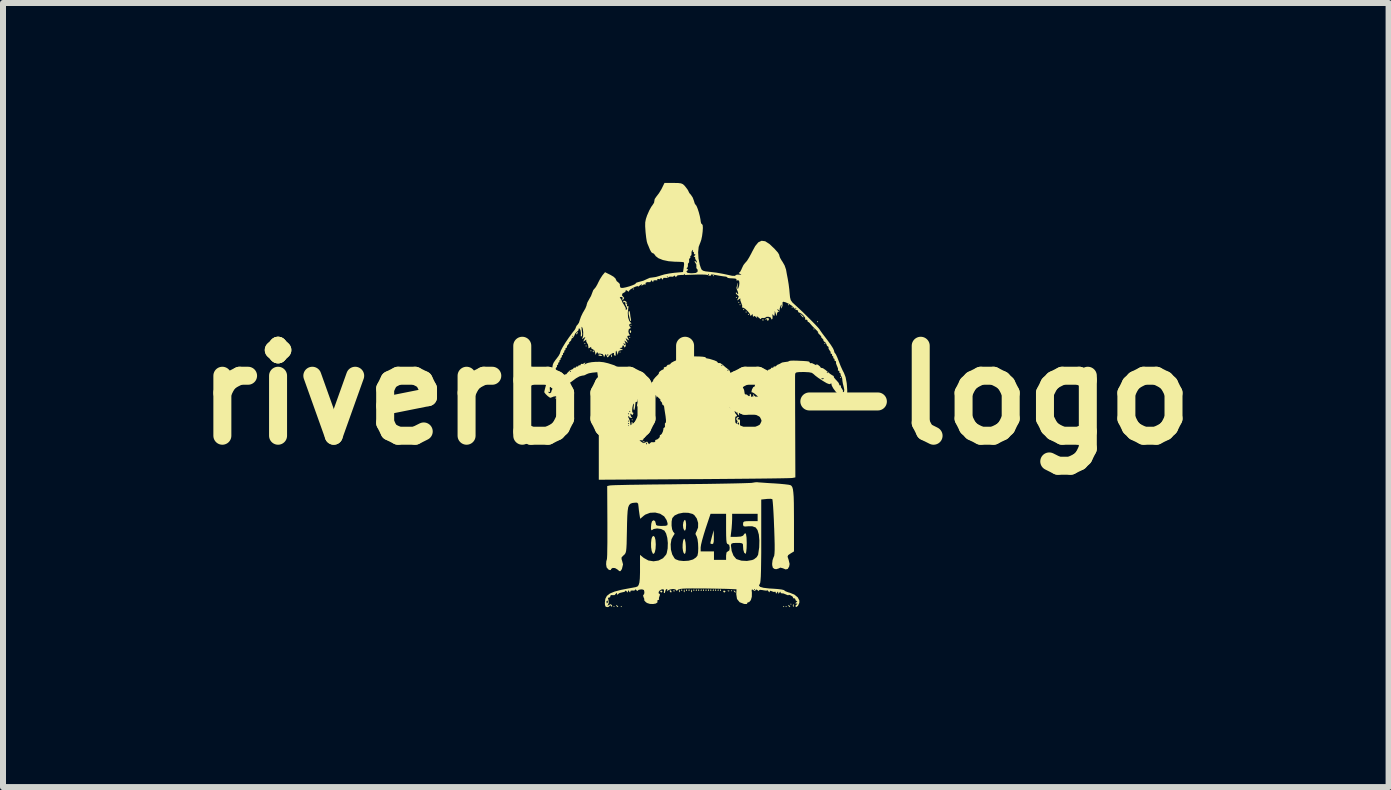
<source format=kicad_pcb>
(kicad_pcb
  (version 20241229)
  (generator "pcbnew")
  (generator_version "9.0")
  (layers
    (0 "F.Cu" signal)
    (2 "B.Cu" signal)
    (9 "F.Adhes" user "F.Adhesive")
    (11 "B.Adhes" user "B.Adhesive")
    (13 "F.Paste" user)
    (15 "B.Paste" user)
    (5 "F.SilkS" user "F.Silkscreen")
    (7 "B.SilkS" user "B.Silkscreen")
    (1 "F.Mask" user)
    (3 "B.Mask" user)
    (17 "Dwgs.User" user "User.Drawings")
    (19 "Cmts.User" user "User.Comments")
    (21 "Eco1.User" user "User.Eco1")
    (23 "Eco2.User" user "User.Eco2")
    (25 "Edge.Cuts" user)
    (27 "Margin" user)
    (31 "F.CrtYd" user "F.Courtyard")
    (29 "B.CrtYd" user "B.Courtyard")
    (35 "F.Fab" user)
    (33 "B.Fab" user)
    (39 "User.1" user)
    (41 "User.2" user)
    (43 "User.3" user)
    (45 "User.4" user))
  (footprint "riverbots-logo"
    (layer "F.Cu")
    (at 8.55 3.536)
    (property "Reference" "riverbots-logo" (at 0 0 0) (layer "F.SilkS") (effects (font (size 1.5 1.5) (thickness 0.3))))
    (attr board_only exclude_from_pos_files exclude_from_bom)
    (fp_poly (pts (xy 0.772 0.075) (xy 0.77 0.078) (xy 0.771 0.071)) (stroke (width 0) (type solid)) (fill yes) (layer "F.SilkS"))
    (fp_poly (pts (xy -2.445 -0.394) (xy -2.455 -0.384) (xy -2.465 -0.394) (xy -2.455 -0.404)) (stroke (width 0) (type solid)) (fill yes) (layer "F.SilkS"))
    (fp_poly (pts (xy -2.324 0.051) (xy -2.334 0.061) (xy -2.344 0.051) (xy -2.334 0.04)) (stroke (width 0) (type solid)) (fill yes) (layer "F.SilkS"))
    (fp_poly (pts (xy -1.839 -0.859) (xy -1.849 -0.849) (xy -1.859 -0.859) (xy -1.849 -0.869)) (stroke (width 0) (type solid)) (fill yes) (layer "F.SilkS"))
    (fp_poly (pts (xy -1.819 -0.818) (xy -1.829 -0.808) (xy -1.839 -0.818) (xy -1.829 -0.828)) (stroke (width 0) (type solid)) (fill yes) (layer "F.SilkS"))
    (fp_poly (pts (xy -1.738 -0.738) (xy -1.748 -0.727) (xy -1.758 -0.738) (xy -1.748 -0.748)) (stroke (width 0) (type solid)) (fill yes) (layer "F.SilkS"))
    (fp_poly (pts (xy -1.354 3.526) (xy -1.364 3.536) (xy -1.374 3.526) (xy -1.364 3.516)) (stroke (width 0) (type solid)) (fill yes) (layer "F.SilkS"))
    (fp_poly (pts (xy -1.253 -0.717) (xy -1.263 -0.707) (xy -1.273 -0.717) (xy -1.263 -0.727)) (stroke (width 0) (type solid)) (fill yes) (layer "F.SilkS"))
    (fp_poly (pts (xy -1.233 3.526) (xy -1.243 3.536) (xy -1.253 3.526) (xy -1.243 3.516)) (stroke (width 0) (type solid)) (fill yes) (layer "F.SilkS"))
    (fp_poly (pts (xy -1.091 -0.96) (xy -1.101 -0.95) (xy -1.111 -0.96) (xy -1.101 -0.97)) (stroke (width 0) (type solid)) (fill yes) (layer "F.SilkS"))
    (fp_poly (pts (xy -1.071 -1.162) (xy -1.081 -1.152) (xy -1.091 -1.162) (xy -1.081 -1.172)) (stroke (width 0) (type solid)) (fill yes) (layer "F.SilkS"))
    (fp_poly (pts (xy -1.051 0.414) (xy -1.061 0.424) (xy -1.071 0.414) (xy -1.061 0.404)) (stroke (width 0) (type solid)) (fill yes) (layer "F.SilkS"))
    (fp_poly (pts (xy -1.031 -1.768) (xy -1.041 -1.758) (xy -1.051 -1.768) (xy -1.041 -1.778)) (stroke (width 0) (type solid)) (fill yes) (layer "F.SilkS"))
    (fp_poly (pts (xy -0.95 0.657) (xy -0.96 0.667) (xy -0.97 0.657) (xy -0.96 0.647)) (stroke (width 0) (type solid)) (fill yes) (layer "F.SilkS"))
    (fp_poly (pts (xy -0.727 0.091) (xy -0.738 0.101) (xy -0.748 0.091) (xy -0.738 0.081)) (stroke (width 0) (type solid)) (fill yes) (layer "F.SilkS"))
    (fp_poly (pts (xy -0.647 0.03) (xy -0.657 0.04) (xy -0.667 0.03) (xy -0.657 0.02)) (stroke (width 0) (type solid)) (fill yes) (layer "F.SilkS"))
    (fp_poly (pts (xy -0.162 -0.637) (xy -0.172 -0.626) (xy -0.182 -0.637) (xy -0.172 -0.647)) (stroke (width 0) (type solid)) (fill yes) (layer "F.SilkS"))
    (fp_poly (pts (xy 0.303 -1.99) (xy 0.293 -1.98) (xy 0.283 -1.99) (xy 0.293 -2)) (stroke (width 0) (type solid)) (fill yes) (layer "F.SilkS"))
    (fp_poly (pts (xy 0.606 3.263) (xy 0.596 3.274) (xy 0.586 3.263) (xy 0.596 3.253)) (stroke (width 0) (type solid)) (fill yes) (layer "F.SilkS"))
    (fp_poly (pts (xy 0.687 -1.627) (xy 0.677 -1.617) (xy 0.667 -1.627) (xy 0.677 -1.637)) (stroke (width 0) (type solid)) (fill yes) (layer "F.SilkS"))
    (fp_poly (pts (xy 0.727 -1.546) (xy 0.717 -1.536) (xy 0.707 -1.546) (xy 0.717 -1.556)) (stroke (width 0) (type solid)) (fill yes) (layer "F.SilkS"))
    (fp_poly (pts (xy 0.748 -1.505) (xy 0.738 -1.495) (xy 0.727 -1.505) (xy 0.738 -1.516)) (stroke (width 0) (type solid)) (fill yes) (layer "F.SilkS"))
    (fp_poly (pts (xy 0.808 -1.425) (xy 0.798 -1.414) (xy 0.788 -1.425) (xy 0.798 -1.435)) (stroke (width 0) (type solid)) (fill yes) (layer "F.SilkS"))
    (fp_poly (pts (xy 0.808 0.172) (xy 0.798 0.182) (xy 0.788 0.172) (xy 0.798 0.162)) (stroke (width 0) (type solid)) (fill yes) (layer "F.SilkS"))
    (fp_poly (pts (xy 0.808 0.616) (xy 0.798 0.626) (xy 0.788 0.616) (xy 0.798 0.606)) (stroke (width 0) (type solid)) (fill yes) (layer "F.SilkS"))
    (fp_poly (pts (xy 0.828 0.657) (xy 0.818 0.667) (xy 0.808 0.657) (xy 0.818 0.647)) (stroke (width 0) (type solid)) (fill yes) (layer "F.SilkS"))
    (fp_poly (pts (xy 0.849 -1.384) (xy 0.839 -1.374) (xy 0.828 -1.384) (xy 0.839 -1.394)) (stroke (width 0) (type solid)) (fill yes) (layer "F.SilkS"))
    (fp_poly (pts (xy 0.889 -1.344) (xy 0.879 -1.334) (xy 0.869 -1.344) (xy 0.879 -1.354)) (stroke (width 0) (type solid)) (fill yes) (layer "F.SilkS"))
    (fp_poly (pts (xy 0.97 0.131) (xy 0.96 0.141) (xy 0.95 0.131) (xy 0.96 0.121)) (stroke (width 0) (type solid)) (fill yes) (layer "F.SilkS"))
    (fp_poly (pts (xy 1.172 0.313) (xy 1.162 0.323) (xy 1.152 0.313) (xy 1.162 0.303)) (stroke (width 0) (type solid)) (fill yes) (layer "F.SilkS"))
    (fp_poly (pts (xy 1.475 3.526) (xy 1.465 3.536) (xy 1.455 3.526) (xy 1.465 3.516)) (stroke (width 0) (type solid)) (fill yes) (layer "F.SilkS"))
    (fp_poly (pts (xy 1.516 3.526) (xy 1.505 3.536) (xy 1.495 3.526) (xy 1.505 3.516)) (stroke (width 0) (type solid)) (fill yes) (layer "F.SilkS"))
    (fp_poly (pts (xy 1.556 -1.505) (xy 1.546 -1.495) (xy 1.536 -1.505) (xy 1.546 -1.516)) (stroke (width 0) (type solid)) (fill yes) (layer "F.SilkS"))
    (fp_poly (pts (xy 1.596 3.486) (xy 1.586 3.496) (xy 1.576 3.486) (xy 1.586 3.476)) (stroke (width 0) (type solid)) (fill yes) (layer "F.SilkS"))
    (fp_poly (pts (xy 1.617 -1.465) (xy 1.606 -1.455) (xy 1.596 -1.465) (xy 1.606 -1.475)) (stroke (width 0) (type solid)) (fill yes) (layer "F.SilkS"))
    (fp_poly (pts (xy 1.98 -1.101) (xy 1.97 -1.091) (xy 1.96 -1.101) (xy 1.97 -1.111)) (stroke (width 0) (type solid)) (fill yes) (layer "F.SilkS"))
    (fp_poly (pts (xy 2.041 -1.223) (xy 2.031 -1.212) (xy 2.021 -1.223) (xy 2.031 -1.233)) (stroke (width 0) (type solid)) (fill yes) (layer "F.SilkS"))
    (fp_poly (pts (xy 2.162 -0.859) (xy 2.152 -0.849) (xy 2.142 -0.859) (xy 2.152 -0.869)) (stroke (width 0) (type solid)) (fill yes) (layer "F.SilkS"))
    (fp_poly (pts (xy 2.425 -0.293) (xy 2.415 -0.283) (xy 2.405 -0.293) (xy 2.415 -0.303)) (stroke (width 0) (type solid)) (fill yes) (layer "F.SilkS"))
    (fp_poly (pts (xy -1.704 -0.741) (xy -1.702 -0.717) (xy -1.704 -0.714) (xy -1.716 -0.717) (xy -1.718 -0.727) (xy -1.71 -0.744)) (stroke (width 0) (type solid)) (fill yes) (layer "F.SilkS"))
    (fp_poly (pts (xy -1.401 -0.671) (xy -1.398 -0.639) (xy -1.402 -0.632) (xy -1.411 -0.638) (xy -1.413 -0.658) (xy -1.408 -0.68)) (stroke (width 0) (type solid)) (fill yes) (layer "F.SilkS"))
    (fp_poly (pts (xy -0.855 0.775) (xy -0.858 0.787) (xy -0.869 0.788) (xy -0.886 0.781) (xy -0.882 0.775) (xy -0.858 0.772)) (stroke (width 0) (type solid)) (fill yes) (layer "F.SilkS"))
    (fp_poly (pts (xy -0.35 3.26) (xy -0.353 3.272) (xy -0.364 3.274) (xy -0.38 3.266) (xy -0.377 3.26) (xy -0.353 3.258)) (stroke (width 0) (type solid)) (fill yes) (layer "F.SilkS"))
    (fp_poly (pts (xy -0.269 3.25) (xy -0.267 3.281) (xy -0.271 3.288) (xy -0.28 3.282) (xy -0.281 3.262) (xy -0.276 3.24)) (stroke (width 0) (type solid)) (fill yes) (layer "F.SilkS"))
    (fp_poly (pts (xy -0.229 3.24) (xy -0.227 3.264) (xy -0.229 3.267) (xy -0.241 3.264) (xy -0.242 3.253) (xy -0.235 3.237)) (stroke (width 0) (type solid)) (fill yes) (layer "F.SilkS"))
    (fp_poly (pts (xy -0.188 3.25) (xy -0.186 3.281) (xy -0.19 3.288) (xy -0.199 3.282) (xy -0.2 3.262) (xy -0.196 3.24)) (stroke (width 0) (type solid)) (fill yes) (layer "F.SilkS"))
    (fp_poly (pts (xy -0.148 3.24) (xy -0.146 3.264) (xy -0.148 3.267) (xy -0.16 3.264) (xy -0.162 3.253) (xy -0.154 3.237)) (stroke (width 0) (type solid)) (fill yes) (layer "F.SilkS"))
    (fp_poly (pts (xy -0.108 3.24) (xy -0.105 3.264) (xy -0.108 3.267) (xy -0.12 3.264) (xy -0.121 3.253) (xy -0.114 3.237)) (stroke (width 0) (type solid)) (fill yes) (layer "F.SilkS"))
    (fp_poly (pts (xy -0.067 3.25) (xy -0.065 3.281) (xy -0.069 3.288) (xy -0.078 3.282) (xy -0.079 3.262) (xy -0.074 3.24)) (stroke (width 0) (type solid)) (fill yes) (layer "F.SilkS"))
    (fp_poly (pts (xy -0.027 3.24) (xy -0.025 3.264) (xy -0.027 3.267) (xy -0.039 3.264) (xy -0.04 3.253) (xy -0.033 3.237)) (stroke (width 0) (type solid)) (fill yes) (layer "F.SilkS"))
    (fp_poly (pts (xy 0.013 3.24) (xy 0.016 3.264) (xy 0.013 3.267) (xy 0.001 3.264) (xy 0 3.253) (xy 0.007 3.237)) (stroke (width 0) (type solid)) (fill yes) (layer "F.SilkS"))
    (fp_poly (pts (xy 0.054 3.24) (xy 0.056 3.264) (xy 0.054 3.267) (xy 0.042 3.264) (xy 0.04 3.253) (xy 0.048 3.237)) (stroke (width 0) (type solid)) (fill yes) (layer "F.SilkS"))
    (fp_poly (pts (xy 0.094 3.24) (xy 0.097 3.264) (xy 0.094 3.267) (xy 0.082 3.264) (xy 0.081 3.253) (xy 0.088 3.237)) (stroke (width 0) (type solid)) (fill yes) (layer "F.SilkS"))
    (fp_poly (pts (xy 0.135 3.24) (xy 0.137 3.264) (xy 0.135 3.267) (xy 0.123 3.264) (xy 0.121 3.253) (xy 0.129 3.237)) (stroke (width 0) (type solid)) (fill yes) (layer "F.SilkS"))
    (fp_poly (pts (xy 0.175 3.24) (xy 0.178 3.264) (xy 0.175 3.267) (xy 0.163 3.264) (xy 0.162 3.253) (xy 0.169 3.237)) (stroke (width 0) (type solid)) (fill yes) (layer "F.SilkS"))
    (fp_poly (pts (xy 0.216 3.24) (xy 0.218 3.264) (xy 0.216 3.267) (xy 0.204 3.264) (xy 0.202 3.253) (xy 0.209 3.237)) (stroke (width 0) (type solid)) (fill yes) (layer "F.SilkS"))
    (fp_poly (pts (xy 0.256 3.24) (xy 0.258 3.264) (xy 0.256 3.267) (xy 0.244 3.264) (xy 0.242 3.253) (xy 0.25 3.237)) (stroke (width 0) (type solid)) (fill yes) (layer "F.SilkS"))
    (fp_poly (pts (xy 0.296 3.24) (xy 0.299 3.264) (xy 0.296 3.267) (xy 0.284 3.264) (xy 0.283 3.253) (xy 0.29 3.237)) (stroke (width 0) (type solid)) (fill yes) (layer "F.SilkS"))
    (fp_poly (pts (xy 0.337 3.24) (xy 0.339 3.264) (xy 0.337 3.267) (xy 0.325 3.264) (xy 0.323 3.253) (xy 0.331 3.237)) (stroke (width 0) (type solid)) (fill yes) (layer "F.SilkS"))
    (fp_poly (pts (xy 0.377 3.24) (xy 0.38 3.264) (xy 0.377 3.267) (xy 0.365 3.264) (xy 0.364 3.253) (xy 0.371 3.237)) (stroke (width 0) (type solid)) (fill yes) (layer "F.SilkS"))
    (fp_poly (pts (xy 0.418 3.24) (xy 0.42 3.264) (xy 0.418 3.267) (xy 0.406 3.264) (xy 0.404 3.253) (xy 0.412 3.237)) (stroke (width 0) (type solid)) (fill yes) (layer "F.SilkS"))
    (fp_poly (pts (xy 0.559 3.26) (xy 0.556 3.272) (xy 0.546 3.274) (xy 0.529 3.266) (xy 0.532 3.26) (xy 0.556 3.258)) (stroke (width 0) (type solid)) (fill yes) (layer "F.SilkS"))
    (fp_poly (pts (xy 1.125 -1.266) (xy 1.127 -1.242) (xy 1.125 -1.239) (xy 1.113 -1.242) (xy 1.111 -1.253) (xy 1.119 -1.269)) (stroke (width 0) (type solid)) (fill yes) (layer "F.SilkS"))
    (fp_poly (pts (xy 1.63 3.492) (xy 1.633 3.524) (xy 1.629 3.531) (xy 1.62 3.525) (xy 1.618 3.504) (xy 1.623 3.483)) (stroke (width 0) (type solid)) (fill yes) (layer "F.SilkS"))
    (fp_poly (pts (xy -1.586 -0.674) (xy -1.558 -0.659) (xy -1.57 -0.652) (xy -1.595 -0.652) (xy -1.623 -0.661) (xy -1.625 -0.67) (xy -1.601 -0.677)) (stroke (width 0) (type solid)) (fill yes) (layer "F.SilkS"))
    (fp_poly (pts (xy -1.317 3.504) (xy -1.295 3.523) (xy -1.293 3.527) (xy -1.303 3.536) (xy -1.323 3.517) (xy -1.325 3.513) (xy -1.328 3.499)) (stroke (width 0) (type solid)) (fill yes) (layer "F.SilkS"))
    (fp_poly (pts (xy -1.08 -1.073) (xy -1.078 -1.06) (xy -1.082 -1.033) (xy -1.097 -1.044) (xy -1.1 -1.049) (xy -1.099 -1.075) (xy -1.095 -1.079)) (stroke (width 0) (type solid)) (fill yes) (layer "F.SilkS"))
    (fp_poly (pts (xy 0.643 3.261) (xy 0.665 3.282) (xy 0.661 3.294) (xy 0.658 3.294) (xy 0.641 3.279) (xy 0.635 3.27) (xy 0.632 3.257)) (stroke (width 0) (type solid)) (fill yes) (layer "F.SilkS"))
    (fp_poly (pts (xy 1.553 3.504) (xy 1.574 3.524) (xy 1.57 3.536) (xy 1.567 3.536) (xy 1.55 3.522) (xy 1.544 3.513) (xy 1.542 3.499)) (stroke (width 0) (type solid)) (fill yes) (layer "F.SilkS"))
    (fp_poly (pts (xy -1.966 -1.038) (xy -1.97 -1.031) (xy -1.989 -1.011) (xy -1.993 -1.01) (xy -1.994 -1.023) (xy -1.99 -1.031) (xy -1.971 -1.05) (xy -1.968 -1.051)) (stroke (width 0) (type solid)) (fill yes) (layer "F.SilkS"))
    (fp_poly (pts (xy -0.556 3.269) (xy -0.558 3.277) (xy -0.574 3.293) (xy -0.576 3.294) (xy -0.592 3.28) (xy -0.594 3.277) (xy -0.588 3.262) (xy -0.576 3.26)) (stroke (width 0) (type solid)) (fill yes) (layer "F.SilkS"))
    (fp_poly (pts (xy -0.405 3.268) (xy -0.404 3.274) (xy -0.411 3.293) (xy -0.413 3.294) (xy -0.43 3.28) (xy -0.434 3.274) (xy -0.433 3.255) (xy -0.426 3.253)) (stroke (width 0) (type solid)) (fill yes) (layer "F.SilkS"))
    (fp_poly (pts (xy 0.495 3.269) (xy 0.493 3.277) (xy 0.476 3.293) (xy 0.475 3.294) (xy 0.459 3.28) (xy 0.457 3.277) (xy 0.463 3.262) (xy 0.475 3.26)) (stroke (width 0) (type solid)) (fill yes) (layer "F.SilkS"))
    (fp_poly (pts (xy 0.796 0.076) (xy 0.807 0.111) (xy 0.807 0.117) (xy 0.803 0.137) (xy 0.792 0.12) (xy 0.788 0.111) (xy 0.772 0.075) (xy 0.772 0.075)) (stroke (width 0) (type solid)) (fill yes) (layer "F.SilkS"))
    (fp_poly (pts (xy 1.748 -1.348) (xy 1.763 -1.336) (xy 1.794 -1.307) (xy 1.794 -1.294) (xy 1.791 -1.293) (xy 1.774 -1.307) (xy 1.755 -1.329) (xy 1.738 -1.353)) (stroke (width 0) (type solid)) (fill yes) (layer "F.SilkS"))
    (fp_poly (pts (xy -0.169 2.099) (xy -0.162 2.145) (xy -0.162 2.172) (xy -0.166 2.231) (xy -0.179 2.26) (xy -0.194 2.255) (xy -0.209 2.218) (xy -0.214 2.168) (xy -0.207 2.119) (xy -0.191 2.087) (xy -0.18 2.081)) (stroke (width 0) (type solid)) (fill yes) (layer "F.SilkS"))
    (fp_poly (pts (xy 0.301 2.369) (xy 0.3 2.438) (xy 0.292 2.474) (xy 0.275 2.485) (xy 0.273 2.485) (xy 0.246 2.477) (xy 0.243 2.47) (xy 0.248 2.444) (xy 0.261 2.392) (xy 0.271 2.354) (xy 0.299 2.253)) (stroke (width 0) (type solid)) (fill yes) (layer "F.SilkS"))
    (fp_poly (pts (xy 1.213 -1.282) (xy 1.22 -1.264) (xy 1.219 -1.261) (xy 1.203 -1.235) (xy 1.193 -1.243) (xy 1.192 -1.254) (xy 1.179 -1.265) (xy 1.167 -1.261) (xy 1.153 -1.257) (xy 1.157 -1.264) (xy 1.187 -1.283)) (stroke (width 0) (type solid)) (fill yes) (layer "F.SilkS"))
    (fp_poly (pts (xy -1.102 -1.393) (xy -1.097 -1.368) (xy -1.09 -1.31) (xy -1.084 -1.278) (xy -1.079 -1.243) (xy -1.082 -1.233) (xy -1.093 -1.238) (xy -1.1 -1.265) (xy -1.111 -1.314) (xy -1.119 -1.348) (xy -1.121 -1.387) (xy -1.114 -1.403)) (stroke (width 0) (type solid)) (fill yes) (layer "F.SilkS"))
    (fp_poly (pts (xy -0.181 2.413) (xy -0.171 2.461) (xy -0.166 2.521) (xy -0.166 2.591) (xy -0.174 2.635) (xy -0.187 2.65) (xy -0.203 2.631) (xy -0.213 2.6) (xy -0.22 2.547) (xy -0.219 2.487) (xy -0.212 2.433) (xy -0.2 2.4) (xy -0.192 2.395)) (stroke (width 0) (type solid)) (fill yes) (layer "F.SilkS"))
    (fp_poly (pts (xy -0.685 2.367) (xy -0.672 2.416) (xy -0.667 2.489) (xy -0.671 2.566) (xy -0.683 2.62) (xy -0.699 2.647) (xy -0.717 2.643) (xy -0.734 2.603) (xy -0.735 2.602) (xy -0.745 2.538) (xy -0.746 2.465) (xy -0.739 2.401) (xy -0.727 2.364) (xy -0.705 2.348)) (stroke (width 0) (type solid)) (fill yes) (layer "F.SilkS"))
    (fp_poly (pts (xy 0.767 0.111) (xy 0.765 0.152) (xy 0.765 0.167) (xy 0.754 0.18) (xy 0.753 0.179) (xy 0.718 0.18) (xy 0.716 0.193) (xy 0.727 0.202) (xy 0.743 0.218) (xy 0.734 0.222) (xy 0.702 0.209) (xy 0.698 0.203) (xy 0.701 0.178) (xy 0.708 0.171) (xy 0.731 0.143) (xy 0.749 0.108) (xy 0.77 0.078)) (stroke (width 0) (type solid)) (fill yes) (layer "F.SilkS"))
    (fp_poly (pts (xy 0.721 0.372) (xy 0.707 0.384) (xy 0.693 0.402) (xy 0.714 0.408) (xy 0.73 0.407) (xy 0.737 0.424) (xy 0.737 0.466) (xy 0.736 0.476) (xy 0.736 0.52) (xy 0.746 0.536) (xy 0.748 0.535) (xy 0.758 0.54) (xy 0.754 0.558) (xy 0.751 0.582) (xy 0.764 0.578) (xy 0.779 0.577) (xy 0.776 0.595) (xy 0.764 0.622) (xy 0.761 0.626) (xy 0.75 0.61) (xy 0.727 0.57) (xy 0.714 0.546) (xy 0.689 0.489) (xy 0.689 0.48) (xy 0.695 0.48) (xy 0.698 0.486) (xy 0.715 0.504) (xy 0.721 0.483) (xy 0.721 0.476) (xy 0.712 0.455) (xy 0.704 0.457) (xy 0.695 0.48) (xy 0.689 0.48) (xy 0.687 0.456) (xy 0.691 0.452) (xy 0.698 0.434) (xy 0.687 0.424) (xy 0.673 0.399) (xy 0.687 0.373) (xy 0.713 0.364)) (stroke (width 0) (type solid)) (fill yes) (layer "F.SilkS"))
    (fp_poly (pts (xy -0.793 -0.005) (xy -0.796 0.012) (xy -0.807 0.045) (xy -0.808 0.053) (xy -0.822 0.054) (xy -0.832 0.049) (xy -0.845 0.046) (xy -0.841 0.057) (xy -0.823 0.078) (xy -0.807 0.07) (xy -0.782 0.031) (xy -0.779 0.025) (xy -0.759 -0.004) (xy -0.748 -0.003) (xy -0.748 0) (xy -0.743 0.019) (xy -0.73 0.003) (xy -0.713 -0.012) (xy -0.7 0.009) (xy -0.698 0.032) (xy -0.707 0.03) (xy -0.726 0.034) (xy -0.728 0.044) (xy -0.733 0.058) (xy -0.748 0.04) (xy -0.763 0.024) (xy -0.771 0.037) (xy -0.773 0.085) (xy -0.773 0.107) (xy -0.775 0.131) (xy -0.789 0.128) (xy -0.814 0.107) (xy -0.834 0.091) (xy -0.808 0.091) (xy -0.798 0.101) (xy -0.788 0.091) (xy -0.798 0.081) (xy -0.808 0.091) (xy -0.834 0.091) (xy -0.843 0.084) (xy -0.849 0.087) (xy -0.843 0.105) (xy -0.839 0.139) (xy -0.845 0.149) (xy -0.856 0.138) (xy -0.862 0.099) (xy -0.862 0.09) (xy -0.857 0.038) (xy -0.836 0.02) (xy -0.835 0.02) (xy -0.816 0.01) (xy -0.818 0) (xy -0.816 -0.019) (xy -0.807 -0.02)) (stroke (width 0) (type solid)) (fill yes) (layer "F.SilkS"))
    (fp_poly (pts (xy 1.047 1.456) (xy 1.106 1.46) (xy 1.188 1.466) (xy 1.286 1.472) (xy 1.293 1.472) (xy 1.393 1.479) (xy 1.479 1.487) (xy 1.544 1.495) (xy 1.578 1.502) (xy 1.579 1.503) (xy 1.596 1.515) (xy 1.609 1.536) (xy 1.619 1.57) (xy 1.626 1.623) (xy 1.632 1.698) (xy 1.635 1.8) (xy 1.636 1.932) (xy 1.637 2.101) (xy 1.637 2.125) (xy 1.637 2.607) (xy 1.578 2.643) (xy 1.54 2.669) (xy 1.53 2.695) (xy 1.544 2.737) (xy 1.547 2.744) (xy 1.564 2.816) (xy 1.556 2.86) (xy 1.532 2.9) (xy 1.497 2.907) (xy 1.452 2.888) (xy 1.409 2.877) (xy 1.384 2.89) (xy 1.343 2.903) (xy 1.314 2.9) (xy 1.285 2.88) (xy 1.274 2.838) (xy 1.273 2.811) (xy 1.28 2.752) (xy 1.296 2.705) (xy 1.298 2.701) (xy 1.307 2.681) (xy 1.312 2.642) (xy 1.315 2.581) (xy 1.315 2.494) (xy 1.312 2.376) (xy 1.307 2.222) (xy 1.306 2.207) (xy 1.301 2.075) (xy 1.295 1.957) (xy 1.289 1.858) (xy 1.283 1.785) (xy 1.278 1.743) (xy 1.276 1.736) (xy 1.25 1.73) (xy 1.199 1.731) (xy 1.177 1.733) (xy 1.091 1.742) (xy 1.091 2.433) (xy 1.091 2.634) (xy 1.089 2.798) (xy 1.087 2.926) (xy 1.084 3.023) (xy 1.079 3.091) (xy 1.074 3.131) (xy 1.067 3.148) (xy 1.053 3.176) (xy 1.073 3.198) (xy 1.131 3.214) (xy 1.226 3.225) (xy 1.282 3.228) (xy 1.365 3.234) (xy 1.43 3.242) (xy 1.468 3.251) (xy 1.475 3.256) (xy 1.493 3.27) (xy 1.538 3.288) (xy 1.567 3.296) (xy 1.644 3.327) (xy 1.7 3.373) (xy 1.727 3.426) (xy 1.726 3.464) (xy 1.704 3.513) (xy 1.678 3.534) (xy 1.663 3.529) (xy 1.664 3.507) (xy 1.678 3.495) (xy 1.697 3.48) (xy 1.681 3.476) (xy 1.677 3.476) (xy 1.657 3.472) (xy 1.672 3.459) (xy 1.677 3.455) (xy 1.694 3.439) (xy 1.682 3.435) (xy 1.662 3.42) (xy 1.662 3.41) (xy 1.652 3.39) (xy 1.64 3.39) (xy 1.622 3.386) (xy 1.623 3.38) (xy 1.615 3.361) (xy 1.584 3.341) (xy 1.553 3.33) (xy 1.546 3.335) (xy 1.539 3.339) (xy 1.506 3.326) (xy 1.502 3.324) (xy 1.459 3.307) (xy 1.431 3.306) (xy 1.416 3.3) (xy 1.414 3.29) (xy 1.409 3.277) (xy 1.394 3.294) (xy 1.378 3.314) (xy 1.374 3.299) (xy 1.374 3.294) (xy 1.371 3.274) (xy 1.357 3.289) (xy 1.354 3.294) (xy 1.338 3.313) (xy 1.334 3.296) (xy 1.334 3.295) (xy 1.327 3.277) (xy 1.321 3.28) (xy 1.295 3.282) (xy 1.27 3.272) (xy 1.24 3.262) (xy 1.232 3.278) (xy 1.226 3.29) (xy 1.212 3.274) (xy 1.196 3.254) (xy 1.193 3.256) (xy 1.175 3.261) (xy 1.132 3.256) (xy 1.121 3.253) (xy 1.07 3.247) (xy 1.051 3.258) (xy 1.05 3.26) (xy 1.043 3.269) (xy 1.033 3.256) (xy 1.013 3.24) (xy 1.001 3.252) (xy 0.981 3.265) (xy 0.956 3.251) (xy 0.944 3.243) (xy 0.97 3.243) (xy 0.98 3.253) (xy 0.99 3.243) (xy 0.98 3.233) (xy 0.97 3.243) (xy 0.944 3.243) (xy 0.937 3.239) (xy 0.931 3.255) (xy 0.935 3.295) (xy 0.934 3.363) (xy 0.918 3.419) (xy 0.89 3.452) (xy 0.875 3.455) (xy 0.856 3.465) (xy 0.858 3.474) (xy 0.849 3.484) (xy 0.811 3.483) (xy 0.804 3.482) (xy 0.731 3.454) (xy 0.687 3.4) (xy 0.675 3.32) (xy 0.675 3.316) (xy 0.679 3.239) (xy 0.557 3.233) (xy 0.496 3.231) (xy 0.403 3.229) (xy 0.29 3.227) (xy 0.165 3.225) (xy 0.074 3.225) (xy -0.058 3.224) (xy -0.155 3.225) (xy -0.223 3.228) (xy -0.267 3.234) (xy -0.292 3.242) (xy -0.304 3.253) (xy -0.304 3.253) (xy -0.319 3.269) (xy -0.323 3.258) (xy -0.341 3.24) (xy -0.38 3.233) (xy -0.432 3.242) (xy -0.464 3.258) (xy -0.482 3.274) (xy -0.477 3.259) (xy -0.477 3.258) (xy -0.475 3.236) (xy -0.484 3.233) (xy -0.503 3.249) (xy -0.505 3.262) (xy -0.516 3.296) (xy -0.523 3.303) (xy -0.534 3.296) (xy -0.531 3.273) (xy -0.53 3.244) (xy -0.556 3.238) (xy -0.567 3.24) (xy -0.598 3.255) (xy -0.618 3.281) (xy -0.62 3.305) (xy -0.604 3.314) (xy -0.596 3.328) (xy -0.605 3.352) (xy -0.616 3.387) (xy -0.612 3.402) (xy -0.615 3.414) (xy -0.624 3.415) (xy -0.641 3.424) (xy -0.64 3.43) (xy -0.639 3.457) (xy -0.667 3.476) (xy -0.712 3.484) (xy -0.765 3.482) (xy -0.813 3.467) (xy -0.836 3.45) (xy -0.859 3.424) (xy -0.86 3.415) (xy -0.858 3.4) (xy -0.869 3.375) (xy -0.879 3.343) (xy -0.874 3.334) (xy -0.861 3.317) (xy -0.857 3.286) (xy -0.864 3.251) (xy -0.894 3.24) (xy -0.913 3.24) (xy -0.954 3.248) (xy -0.97 3.263) (xy -0.979 3.267) (xy -0.99 3.253) (xy -1.006 3.238) (xy -1.01 3.246) (xy -1.026 3.261) (xy -1.051 3.259) (xy -1.085 3.261) (xy -1.091 3.276) (xy -1.096 3.292) (xy -1.111 3.274) (xy -1.127 3.253) (xy -1.131 3.268) (xy -1.132 3.274) (xy -1.135 3.294) (xy -1.149 3.279) (xy -1.152 3.274) (xy -1.168 3.258) (xy -1.172 3.264) (xy -1.189 3.281) (xy -1.226 3.289) (xy -1.273 3.301) (xy -1.297 3.319) (xy -1.31 3.332) (xy -1.313 3.314) (xy -1.318 3.295) (xy -1.331 3.311) (xy -1.353 3.334) (xy -1.361 3.336) (xy -1.409 3.335) (xy -1.427 3.347) (xy -1.425 3.354) (xy -1.429 3.372) (xy -1.444 3.375) (xy -1.466 3.383) (xy -1.457 3.41) (xy -1.451 3.463) (xy -1.46 3.486) (xy -1.473 3.513) (xy -1.462 3.51) (xy -1.452 3.501) (xy -1.416 3.487) (xy -1.396 3.508) (xy -1.395 3.524) (xy -1.403 3.529) (xy -1.414 3.516) (xy -1.431 3.5) (xy -1.434 3.511) (xy -1.452 3.531) (xy -1.475 3.536) (xy -1.502 3.529) (xy -1.514 3.501) (xy -1.516 3.459) (xy -1.514 3.446) (xy -1.489 3.446) (xy -1.484 3.474) (xy -1.47 3.462) (xy -1.466 3.457) (xy -1.467 3.431) (xy -1.471 3.427) (xy -1.486 3.433) (xy -1.489 3.446) (xy -1.514 3.446) (xy -1.508 3.397) (xy -1.482 3.348) (xy -1.432 3.309) (xy -1.355 3.277) (xy -1.245 3.248) (xy -1.152 3.23) (xy -1.081 3.217) (xy -1.022 3.206) (xy -0.998 3.201) (xy -0.971 3.191) (xy -0.953 3.168) (xy -0.94 3.125) (xy -0.933 3.058) (xy -0.93 2.96) (xy -0.93 2.883) (xy -0.93 2.664) (xy -0.867 2.716) (xy -0.791 2.758) (xy -0.705 2.772) (xy -0.621 2.759) (xy -0.547 2.721) (xy -0.495 2.661) (xy -0.484 2.634) (xy -0.469 2.557) (xy -0.467 2.487) (xy -0.419 2.487) (xy -0.415 2.576) (xy -0.393 2.658) (xy -0.356 2.721) (xy -0.337 2.738) (xy -0.281 2.759) (xy -0.204 2.767) (xy -0.121 2.762) (xy -0.051 2.743) (xy -0.042 2.739) (xy 0.003 2.708) (xy 0.028 2.677) (xy 0.038 2.625) (xy 0.039 2.607) (xy 0.081 2.607) (xy 0.192 2.607) (xy 0.303 2.607) (xy 0.303 2.677) (xy 0.303 2.748) (xy 0.404 2.748) (xy 0.505 2.748) (xy 0.505 2.677) (xy 0.512 2.625) (xy 0.533 2.607) (xy 0.535 2.607) (xy 0.56 2.589) (xy 0.566 2.546) (xy 0.557 2.498) (xy 0.535 2.485) (xy 0.523 2.479) (xy 0.514 2.458) (xy 0.509 2.414) (xy 0.507 2.364) (xy 0.58 2.364) (xy 0.682 2.364) (xy 0.752 2.359) (xy 0.789 2.344) (xy 0.795 2.334) (xy 0.817 2.307) (xy 0.828 2.304) (xy 0.838 2.323) (xy 0.846 2.377) (xy 0.849 2.459) (xy 0.849 2.475) (xy 0.847 2.553) (xy 0.841 2.612) (xy 0.834 2.644) (xy 0.831 2.647) (xy 0.807 2.629) (xy 0.792 2.579) (xy 0.788 2.524) (xy 0.786 2.489) (xy 0.772 2.472) (xy 0.736 2.466) (xy 0.687 2.465) (xy 0.627 2.467) (xy 0.597 2.476) (xy 0.587 2.496) (xy 0.586 2.511) (xy 0.598 2.6) (xy 0.628 2.677) (xy 0.672 2.73) (xy 0.683 2.737) (xy 0.76 2.761) (xy 0.852 2.766) (xy 0.939 2.751) (xy 0.971 2.738) (xy 1.015 2.703) (xy 1.039 2.663) (xy 1.039 2.662) (xy 1.057 2.54) (xy 1.06 2.425) (xy 1.051 2.326) (xy 1.029 2.25) (xy 0.998 2.208) (xy 0.942 2.188) (xy 0.874 2.188) (xy 0.82 2.192) (xy 0.795 2.185) (xy 0.788 2.161) (xy 0.788 2.15) (xy 0.791 2.123) (xy 0.806 2.109) (xy 0.843 2.103) (xy 0.909 2.102) (xy 1.031 2.102) (xy 1.031 2.041) (xy 1.031 1.98) (xy 0.818 1.98) (xy 0.606 1.98) (xy 0.606 2.066) (xy 0.603 2.14) (xy 0.597 2.225) (xy 0.593 2.258) (xy 0.58 2.364) (xy 0.507 2.364) (xy 0.506 2.341) (xy 0.505 2.235) (xy 0.505 2.233) (xy 0.505 1.98) (xy 0.376 1.98) (xy 0.246 1.98) (xy 0.163 2.228) (xy 0.132 2.328) (xy 0.106 2.419) (xy 0.088 2.493) (xy 0.081 2.539) (xy 0.081 2.541) (xy 0.081 2.607) (xy 0.039 2.607) (xy 0.041 2.553) (xy 0.038 2.474) (xy 0.029 2.404) (xy 0.015 2.358) (xy 0.012 2.353) (xy -0.006 2.316) (xy 0.005 2.284) (xy 0.012 2.274) (xy 0.038 2.209) (xy 0.039 2.132) (xy 0.017 2.059) (xy -0.025 2.001) (xy -0.054 1.982) (xy -0.127 1.963) (xy -0.21 1.962) (xy -0.289 1.978) (xy -0.353 2.008) (xy -0.391 2.05) (xy -0.392 2.052) (xy -0.403 2.108) (xy -0.404 2.176) (xy -0.395 2.238) (xy -0.377 2.28) (xy -0.373 2.284) (xy -0.353 2.307) (xy -0.363 2.332) (xy -0.373 2.343) (xy -0.406 2.405) (xy -0.419 2.487) (xy -0.467 2.487) (xy -0.466 2.468) (xy -0.475 2.381) (xy -0.495 2.308) (xy -0.523 2.261) (xy -0.526 2.259) (xy -0.579 2.233) (xy -0.644 2.224) (xy -0.701 2.233) (xy -0.723 2.247) (xy -0.74 2.255) (xy -0.747 2.231) (xy -0.747 2.202) (xy -0.742 2.146) (xy -0.73 2.105) (xy -0.729 2.104) (xy -0.704 2.087) (xy -0.679 2.101) (xy -0.667 2.14) (xy -0.667 2.143) (xy -0.661 2.167) (xy -0.638 2.178) (xy -0.586 2.182) (xy -0.566 2.182) (xy -0.502 2.18) (xy -0.473 2.169) (xy -0.47 2.139) (xy -0.487 2.084) (xy -0.528 2.022) (xy -0.595 1.979) (xy -0.677 1.959) (xy -0.762 1.963) (xy -0.841 1.993) (xy -0.866 2.011) (xy -0.927 2.063) (xy -0.938 1.996) (xy -0.948 1.926) (xy -0.955 1.859) (xy -0.961 1.812) (xy -0.979 1.794) (xy -1.02 1.795) (xy -1.02 1.795) (xy -1.06 1.8) (xy -1.09 1.812) (xy -1.111 1.834) (xy -1.127 1.872) (xy -1.136 1.931) (xy -1.142 2.017) (xy -1.146 2.134) (xy -1.148 2.247) (xy -1.151 2.381) (xy -1.153 2.481) (xy -1.157 2.551) (xy -1.162 2.599) (xy -1.17 2.63) (xy -1.181 2.65) (xy -1.195 2.665) (xy -1.204 2.672) (xy -1.237 2.706) (xy -1.238 2.737) (xy -1.233 2.748) (xy -1.213 2.823) (xy -1.231 2.898) (xy -1.237 2.909) (xy -1.256 2.936) (xy -1.275 2.935) (xy -1.305 2.909) (xy -1.346 2.885) (xy -1.386 2.882) (xy -1.412 2.9) (xy -1.414 2.913) (xy -1.429 2.919) (xy -1.455 2.91) (xy -1.487 2.873) (xy -1.495 2.822) (xy -1.492 2.772) (xy -1.484 2.743) (xy -1.483 2.743) (xy -1.48 2.72) (xy -1.477 2.662) (xy -1.476 2.574) (xy -1.474 2.461) (xy -1.474 2.327) (xy -1.474 2.178) (xy -1.474 2.123) (xy -1.477 1.517) (xy -1.431 1.507) (xy -1.402 1.505) (xy -1.337 1.502) (xy -1.239 1.5) (xy -1.113 1.497) (xy -0.961 1.495) (xy -0.787 1.492) (xy -0.597 1.49) (xy -0.392 1.488) (xy -0.253 1.486) (xy -0.041 1.484) (xy 0.161 1.482) (xy 0.347 1.479) (xy 0.515 1.476) (xy 0.661 1.473) (xy 0.78 1.47) (xy 0.869 1.467) (xy 0.924 1.465) (xy 0.94 1.463) (xy 0.989 1.455) (xy 1.02 1.453)) (stroke (width 0) (type solid)) (fill yes) (layer "F.SilkS"))
    (fp_poly (pts (xy -0.296 -3.535) (xy -0.247 -3.529) (xy -0.214 -3.515) (xy -0.186 -3.489) (xy -0.174 -3.474) (xy -0.14 -3.43) (xy -0.122 -3.399) (xy -0.121 -3.394) (xy -0.108 -3.368) (xy -0.083 -3.34) (xy -0.052 -3.294) (xy -0.031 -3.238) (xy -0.018 -3.194) (xy -0.004 -3.173) (xy -0.003 -3.172) (xy 0.011 -3.155) (xy 0.03 -3.109) (xy 0.05 -3.048) (xy 0.067 -2.983) (xy 0.078 -2.926) (xy 0.081 -2.899) (xy 0.089 -2.861) (xy 0.104 -2.849) (xy 0.115 -2.831) (xy 0.118 -2.785) (xy 0.114 -2.722) (xy 0.105 -2.653) (xy 0.092 -2.59) (xy 0.076 -2.543) (xy 0.072 -2.534) (xy 0.048 -2.47) (xy 0.039 -2.38) (xy 0.045 -2.278) (xy 0.066 -2.174) (xy 0.084 -2.119) (xy 0.098 -2.09) (xy 0.121 -2.073) (xy 0.161 -2.062) (xy 0.23 -2.054) (xy 0.249 -2.052) (xy 0.348 -2.04) (xy 0.453 -2.021) (xy 0.524 -2.006) (xy 0.606 -1.988) (xy 0.651 -1.987) (xy 0.661 -1.994) (xy 0.684 -2.007) (xy 0.723 -2.007) (xy 0.758 -2.004) (xy 0.756 -2.01) (xy 0.738 -2.019) (xy 0.715 -2.034) (xy 0.721 -2.039) (xy 0.742 -2.058) (xy 0.764 -2.101) (xy 0.768 -2.112) (xy 0.794 -2.166) (xy 0.825 -2.206) (xy 0.828 -2.208) (xy 0.854 -2.238) (xy 0.889 -2.294) (xy 0.928 -2.366) (xy 0.938 -2.387) (xy 0.991 -2.484) (xy 1.042 -2.546) (xy 1.097 -2.572) (xy 1.157 -2.564) (xy 1.227 -2.519) (xy 1.311 -2.44) (xy 1.369 -2.375) (xy 1.391 -2.337) (xy 1.394 -2.318) (xy 1.406 -2.286) (xy 1.434 -2.238) (xy 1.445 -2.223) (xy 1.481 -2.16) (xy 1.504 -2.093) (xy 1.506 -2.083) (xy 1.518 -2.015) (xy 1.533 -1.938) (xy 1.536 -1.92) (xy 1.548 -1.847) (xy 1.559 -1.759) (xy 1.564 -1.701) (xy 1.571 -1.63) (xy 1.583 -1.583) (xy 1.61 -1.544) (xy 1.66 -1.498) (xy 1.67 -1.489) (xy 1.721 -1.442) (xy 1.785 -1.382) (xy 1.854 -1.314) (xy 1.923 -1.245) (xy 1.985 -1.182) (xy 2.033 -1.131) (xy 2.061 -1.098) (xy 2.065 -1.091) (xy 2.081 -1.067) (xy 2.11 -1.026) (xy 2.116 -1.018) (xy 2.196 -0.913) (xy 2.252 -0.835) (xy 2.287 -0.78) (xy 2.302 -0.747) (xy 2.304 -0.739) (xy 2.314 -0.705) (xy 2.321 -0.699) (xy 2.337 -0.675) (xy 2.36 -0.625) (xy 2.385 -0.561) (xy 2.415 -0.483) (xy 2.448 -0.411) (xy 2.47 -0.369) (xy 2.497 -0.299) (xy 2.516 -0.2) (xy 2.52 -0.154) (xy 2.525 -0.076) (xy 2.524 -0.029) (xy 2.515 -0.002) (xy 2.496 0.014) (xy 2.488 0.019) (xy 2.444 0.031) (xy 2.418 0.026) (xy 2.377 -0.007) (xy 2.332 -0.057) (xy 2.292 -0.111) (xy 2.267 -0.157) (xy 2.263 -0.174) (xy 2.258 -0.197) (xy 2.247 -0.188) (xy 2.227 -0.181) (xy 2.184 -0.197) (xy 2.116 -0.237) (xy 2.111 -0.24) (xy 2.07 -0.268) (xy 2.09 -0.268) (xy 2.11 -0.264) (xy 2.136 -0.268) (xy 2.136 -0.275) (xy 2.109 -0.28) (xy 2.098 -0.276) (xy 2.09 -0.268) (xy 2.07 -0.268) (xy 2.046 -0.283) (xy 1.993 -0.323) (xy 1.963 -0.35) (xy 1.935 -0.37) (xy 1.916 -0.374) (xy 2.182 -0.374) (xy 2.192 -0.364) (xy 2.203 -0.374) (xy 2.192 -0.384) (xy 2.182 -0.374) (xy 1.916 -0.374) (xy 1.886 -0.38) (xy 1.808 -0.384) (xy 1.796 -0.384) (xy 1.723 -0.383) (xy 1.681 -0.378) (xy 1.662 -0.367) (xy 1.656 -0.345) (xy 1.656 -0.338) (xy 1.655 -0.309) (xy 1.655 -0.243) (xy 1.655 -0.147) (xy 1.655 -0.023) (xy 1.656 0.123) (xy 1.656 0.287) (xy 1.657 0.464) (xy 1.657 0.54) (xy 1.66 1.373) (xy 1.613 1.382) (xy 1.586 1.384) (xy 1.521 1.386) (xy 1.423 1.388) (xy 1.293 1.39) (xy 1.136 1.392) (xy 0.954 1.394) (xy 0.751 1.396) (xy 0.53 1.398) (xy 0.294 1.4) (xy 0.045 1.402) (xy -0.025 1.402) (xy -1.617 1.412) (xy -1.617 0.808) (xy -0.828 0.808) (xy -0.821 0.825) (xy -0.815 0.822) (xy -0.813 0.798) (xy -0.815 0.795) (xy -0.827 0.798) (xy -0.828 0.808) (xy -1.617 0.808) (xy -1.617 0.608) (xy -1.617 0.556) (xy -1.132 0.556) (xy -1.121 0.566) (xy -1.111 0.556) (xy -1.121 0.546) (xy -1.132 0.556) (xy -1.617 0.556) (xy -1.617 0.515) (xy -1.132 0.515) (xy -1.121 0.525) (xy -1.111 0.515) (xy -1.121 0.505) (xy -1.132 0.515) (xy -1.617 0.515) (xy -1.617 0.475) (xy -1.132 0.475) (xy -1.121 0.485) (xy -1.111 0.475) (xy -1.121 0.465) (xy -1.132 0.475) (xy -1.617 0.475) (xy -1.617 0.434) (xy -1.132 0.434) (xy -1.121 0.445) (xy -1.111 0.434) (xy -1.121 0.424) (xy -1.132 0.434) (xy -1.617 0.434) (xy -1.617 0.427) (xy -1.617 0.313) (xy -1.132 0.313) (xy -1.121 0.323) (xy -1.111 0.313) (xy -1.121 0.303) (xy -1.132 0.313) (xy -1.617 0.313) (xy -1.618 0.273) (xy -1.111 0.273) (xy -1.101 0.283) (xy -1.091 0.273) (xy -1.101 0.263) (xy -1.111 0.273) (xy -1.618 0.273) (xy -1.618 0.257) (xy -1.619 0.1) (xy -1.621 -0.037) (xy -1.623 -0.15) (xy -1.626 -0.233) (xy -1.629 -0.282) (xy -1.629 -0.289) (xy -1.63 -0.293) (xy -1.111 -0.293) (xy -1.101 -0.283) (xy -1.091 -0.293) (xy -1.101 -0.303) (xy -1.111 -0.293) (xy -1.63 -0.293) (xy -1.642 -0.381) (xy -1.724 -0.373) (xy -1.781 -0.363) (xy -1.821 -0.348) (xy -1.826 -0.344) (xy -1.861 -0.328) (xy -1.896 -0.323) (xy -1.94 -0.311) (xy -1.997 -0.279) (xy -2.029 -0.255) (xy -2.084 -0.214) (xy -2.133 -0.186) (xy -2.152 -0.179) (xy -2.188 -0.154) (xy -2.202 -0.121) (xy -2.225 -0.059) (xy -2.26 -0.009) (xy -2.299 0.015) (xy -2.304 0.016) (xy -2.369 0.025) (xy -2.412 0.042) (xy -2.417 0.046) (xy -2.436 0.041) (xy -2.469 0.017) (xy -2.502 -0.015) (xy -2.524 -0.043) (xy -2.526 -0.051) (xy -2.525 -0.055) (xy -2.462 -0.055) (xy -2.457 -0.043) (xy -2.433 -0.029) (xy -2.411 -0.045) (xy -2.405 -0.072) (xy -2.393 -0.098) (xy -2.383 -0.101) (xy -2.37 -0.112) (xy -2.372 -0.118) (xy -2.366 -0.14) (xy -2.344 -0.162) (xy -2.318 -0.189) (xy -2.316 -0.206) (xy -2.309 -0.22) (xy -2.293 -0.222) (xy -2.27 -0.23) (xy -2.271 -0.239) (xy -2.264 -0.261) (xy -2.254 -0.273) (xy -2.243 -0.273) (xy -2.233 -0.263) (xy -2.223 -0.273) (xy -2.233 -0.283) (xy -2.243 -0.273) (xy -2.254 -0.273) (xy -2.234 -0.298) (xy -2.218 -0.314) (xy -2.183 -0.344) (xy -2.168 -0.35) (xy -2.17 -0.344) (xy -2.17 -0.337) (xy -2.15 -0.358) (xy -2.142 -0.369) (xy -2.117 -0.394) (xy -2.102 -0.394) (xy -2.091 -0.384) (xy -2.081 -0.394) (xy -2.091 -0.404) (xy -2.102 -0.394) (xy -2.117 -0.394) (xy -2.105 -0.406) (xy -2.072 -0.424) (xy -2.07 -0.424) (xy -2.044 -0.436) (xy -2.041 -0.446) (xy -2.029 -0.458) (xy -2.021 -0.455) (xy -2.002 -0.457) (xy -2 -0.465) (xy -1.988 -0.478) (xy -1.98 -0.475) (xy -1.962 -0.477) (xy -1.96 -0.485) (xy -1.948 -0.498) (xy -1.94 -0.495) (xy -1.921 -0.498) (xy -1.92 -0.507) (xy -1.912 -0.522) (xy -1.906 -0.519) (xy -1.882 -0.519) (xy -1.862 -0.531) (xy -1.841 -0.545) (xy -1.846 -0.531) (xy -1.849 -0.525) (xy -1.858 -0.506) (xy -1.843 -0.515) (xy -1.834 -0.522) (xy -1.797 -0.536) (xy -1.735 -0.548) (xy -1.674 -0.553) (xy -1.601 -0.554) (xy -1.536 -0.547) (xy -1.463 -0.53) (xy -1.37 -0.5) (xy -1.349 -0.492) (xy -1.319 -0.473) (xy -1.313 -0.461) (xy -1.301 -0.45) (xy -1.297 -0.452) (xy -1.273 -0.447) (xy -1.235 -0.42) (xy -1.227 -0.413) (xy -1.185 -0.38) (xy -1.152 -0.364) (xy -1.149 -0.364) (xy -1.135 -0.356) (xy -1.138 -0.35) (xy -1.133 -0.333) (xy -1.106 -0.313) (xy -1.074 -0.287) (xy -1.066 -0.266) (xy -1.059 -0.247) (xy -1.053 -0.248) (xy -1.037 -0.244) (xy -1.038 -0.242) (xy -1.027 -0.222) (xy -0.997 -0.185) (xy -0.986 -0.173) (xy -0.954 -0.132) (xy -0.941 -0.102) (xy -0.942 -0.097) (xy -0.939 -0.081) (xy -0.934 -0.081) (xy -0.911 -0.063) (xy -0.892 -0.02) (xy -0.883 0.033) (xy -0.883 0.061) (xy -0.89 0.11) (xy -0.893 0.136) (xy -0.903 0.15) (xy -0.923 0.139) (xy -0.945 0.125) (xy -0.955 0.142) (xy -0.957 0.16) (xy -0.973 0.191) (xy -0.973 0.192) (xy -0.982 0.191) (xy -0.978 0.163) (xy -0.961 0.118) (xy -0.96 0.115) (xy -0.955 0.089) (xy -0.928 0.089) (xy -0.924 0.115) (xy -0.917 0.116) (xy -0.912 0.089) (xy -0.916 0.077) (xy -0.925 0.069) (xy -0.928 0.089) (xy -0.955 0.089) (xy -0.953 0.08) (xy -0.957 0.066) (xy -0.968 0.072) (xy -0.97 0.089) (xy -0.978 0.113) (xy -0.987 0.113) (xy -1.003 0.118) (xy -1.005 0.127) (xy -1.013 0.203) (xy -1.023 0.245) (xy -1.032 0.252) (xy -1.039 0.228) (xy -1.035 0.187) (xy -1.031 0.151) (xy -1.036 0.141) (xy -1.048 0.167) (xy -1.057 0.209) (xy -1.061 0.254) (xy -1.059 0.286) (xy -1.051 0.293) (xy -1.04 0.296) (xy -1.044 0.314) (xy -1.058 0.335) (xy -1.073 0.32) (xy -1.087 0.306) (xy -1.091 0.327) (xy -1.078 0.361) (xy -1.066 0.371) (xy -1.059 0.379) (xy -1.076 0.382) (xy -1.106 0.373) (xy -1.111 0.36) (xy -1.119 0.347) (xy -1.124 0.35) (xy -1.125 0.374) (xy -1.114 0.391) (xy -1.101 0.425) (xy -1.09 0.485) (xy -1.086 0.53) (xy -1.081 0.59) (xy -1.073 0.627) (xy -1.066 0.633) (xy -1.051 0.638) (xy -1.051 0.642) (xy -1.039 0.669) (xy -1.02 0.698) (xy -1.005 0.713) (xy -1.009 0.694) (xy -1.026 0.657) (xy -1.044 0.608) (xy -1.059 0.552) (xy -1.069 0.499) (xy -1.071 0.46) (xy -1.065 0.446) (xy -1.06 0.449) (xy -1.051 0.475) (xy -1.046 0.523) (xy -1.041 0.562) (xy -1.029 0.575) (xy -1.028 0.574) (xy -1.02 0.58) (xy -1.024 0.598) (xy -1.028 0.622) (xy -1.013 0.618) (xy -0.993 0.614) (xy -0.992 0.62) (xy -0.99 0.668) (xy -0.963 0.687) (xy -0.959 0.687) (xy -0.925 0.703) (xy -0.917 0.717) (xy -0.896 0.737) (xy -0.884 0.734) (xy -0.873 0.734) (xy -0.879 0.748) (xy -0.897 0.762) (xy -0.919 0.741) (xy -0.92 0.741) (xy -0.948 0.711) (xy -0.961 0.718) (xy -0.963 0.738) (xy -0.958 0.759) (xy -0.953 0.758) (xy -0.932 0.762) (xy -0.906 0.781) (xy -0.873 0.802) (xy -0.844 0.792) (xy -0.839 0.789) (xy -0.812 0.775) (xy -0.796 0.796) (xy -0.796 0.798) (xy -0.78 0.818) (xy -0.768 0.808) (xy -0.747 0.788) (xy -0.74 0.786) (xy -0.693 0.787) (xy -0.675 0.775) (xy -0.677 0.768) (xy -0.675 0.749) (xy -0.667 0.748) (xy -0.636 0.736) (xy -0.608 0.711) (xy -0.598 0.686) (xy -0.6 0.681) (xy 0.741 0.681) (xy 0.758 0.716) (xy 0.76 0.717) (xy 0.785 0.753) (xy 0.8 0.768) (xy 0.798 0.752) (xy 0.784 0.717) (xy 0.762 0.68) (xy 0.744 0.667) (xy 0.741 0.681) (xy -0.6 0.681) (xy -0.6 0.679) (xy -0.598 0.668) (xy -0.591 0.667) (xy -0.569 0.65) (xy -0.55 0.612) (xy -0.54 0.573) (xy -0.542 0.561) (xy -0.531 0.546) (xy -0.527 0.546) (xy -0.514 0.529) (xy -0.515 0.505) (xy -0.515 0.473) (xy -0.506 0.465) (xy -0.498 0.454) (xy -0.497 0.419) (xy -0.504 0.353) (xy -0.516 0.278) (xy -0.523 0.232) (xy 0.647 0.232) (xy 0.657 0.242) (xy 0.667 0.232) (xy 0.657 0.222) (xy 0.647 0.232) (xy -0.523 0.232) (xy -0.524 0.224) (xy -0.527 0.202) (xy 0.566 0.202) (xy 0.573 0.219) (xy 0.579 0.216) (xy 0.582 0.192) (xy 0.579 0.189) (xy 0.567 0.191) (xy 0.566 0.202) (xy -0.527 0.202) (xy -0.529 0.187) (xy -0.529 0.187) (xy -0.545 0.163) (xy -0.552 0.162) (xy -0.563 0.153) (xy -0.56 0.149) (xy -0.562 0.131) (xy 0.586 0.131) (xy 0.596 0.141) (xy 0.606 0.131) (xy 0.596 0.121) (xy 0.586 0.131) (xy -0.562 0.131) (xy -0.563 0.128) (xy -0.577 0.111) (xy 0.687 0.111) (xy 0.697 0.121) (xy 0.707 0.111) (xy 0.697 0.101) (xy 0.687 0.111) (xy -0.577 0.111) (xy -0.583 0.104) (xy -0.602 0.083) (xy -0.589 0.087) (xy -0.587 0.088) (xy -0.582 0.086) (xy -0.603 0.062) (xy -0.633 0.034) (xy -0.684 -0.006) (xy -0.728 -0.028) (xy -0.746 -0.031) (xy -0.793 -0.034) (xy -0.81 -0.042) (xy -0.827 -0.057) (xy -0.812 -0.06) (xy -0.795 -0.071) (xy -0.797 -0.079) (xy -0.794 -0.107) (xy -0.779 -0.127) (xy -0.76 -0.156) (xy -0.762 -0.169) (xy -0.759 -0.181) (xy -0.75 -0.182) (xy -0.735 -0.194) (xy -0.738 -0.202) (xy -0.734 -0.22) (xy -0.725 -0.222) (xy -0.71 -0.23) (xy -0.713 -0.235) (xy -0.708 -0.255) (xy -0.679 -0.29) (xy -0.677 -0.293) (xy 0.647 -0.293) (xy 0.657 -0.283) (xy 0.667 -0.293) (xy 0.657 -0.303) (xy 0.647 -0.293) (xy -0.677 -0.293) (xy -0.664 -0.306) (xy -0.629 -0.341) (xy -0.614 -0.362) (xy -0.616 -0.364) (xy -0.615 -0.375) (xy -0.599 -0.394) (xy -0.571 -0.414) (xy 0.525 -0.414) (xy 0.535 -0.404) (xy 0.546 -0.414) (xy 0.535 -0.424) (xy 0.525 -0.414) (xy -0.571 -0.414) (xy -0.564 -0.419) (xy -0.546 -0.424) (xy -0.532 -0.437) (xy -0.535 -0.445) (xy -0.531 -0.462) (xy -0.516 -0.465) (xy -0.489 -0.475) (xy -0.485 -0.485) (xy -0.476 -0.495) (xy 0.424 -0.495) (xy 0.434 -0.485) (xy 0.445 -0.495) (xy 0.434 -0.505) (xy 0.424 -0.495) (xy -0.476 -0.495) (xy -0.469 -0.503) (xy -0.455 -0.505) (xy -0.428 -0.513) (xy -0.424 -0.52) (xy -0.408 -0.538) (xy -0.369 -0.56) (xy -0.323 -0.58) (xy -0.286 -0.591) (xy -0.278 -0.591) (xy -0.263 -0.601) (xy -0.263 -0.604) (xy -0.246 -0.616) (xy -0.212 -0.617) (xy -0.169 -0.619) (xy -0.149 -0.63) (xy -0.126 -0.638) (xy -0.076 -0.643) (xy -0.011 -0.644) (xy 0.056 -0.643) (xy 0.115 -0.639) (xy 0.154 -0.633) (xy 0.162 -0.627) (xy 0.178 -0.612) (xy 0.187 -0.611) (xy 0.229 -0.603) (xy 0.242 -0.599) (xy 0.31 -0.578) (xy 0.347 -0.562) (xy 0.362 -0.549) (xy 0.364 -0.542) (xy 0.376 -0.532) (xy 0.384 -0.535) (xy 0.41 -0.531) (xy 0.448 -0.505) (xy 0.452 -0.501) (xy 0.498 -0.461) (xy 0.538 -0.431) (xy 0.566 -0.404) (xy 0.571 -0.386) (xy 0.581 -0.369) (xy 0.591 -0.369) (xy 0.611 -0.359) (xy 0.611 -0.349) (xy 0.62 -0.329) (xy 0.628 -0.328) (xy 0.654 -0.317) (xy 0.674 -0.293) (xy 0.701 -0.254) (xy 0.717 -0.238) (xy 0.726 -0.224) (xy 0.722 -0.223) (xy 0.719 -0.21) (xy 0.732 -0.191) (xy 0.772 -0.142) (xy 0.793 -0.111) (xy 0.804 -0.088) (xy 0.806 -0.08) (xy 0.813 -0.037) (xy 0.814 -0.026) (xy 0.824 -0.01) (xy 0.83 -0.011) (xy 0.853 -0.007) (xy 0.859 -0.00033) (xy 0.885 0.019) (xy 0.891 0.02) (xy 0.902 0.008) (xy 0.899 0) (xy 0.901 -0.019) (xy 0.909 -0.02) (xy 0.922 -0.003) (xy 0.921 0.031) (xy 0.92 0.065) (xy 0.931 0.07) (xy 0.941 0.045) (xy 0.937 0.036) (xy 0.936 0.024) (xy 0.946 0.028) (xy 0.961 0.028) (xy 0.958 0.006) (xy 0.951 -0.019) (xy 0.96 -0.01) (xy 0.97 0.005) (xy 0.995 0.03) (xy 1.01 0.031) (xy 1.018 0.038) (xy 1.014 0.066) (xy 1.004 0.094) (xy 0.997 0.086) (xy 0.994 0.076) (xy 0.98 0.051) (xy 0.968 0.052) (xy 0.958 0.076) (xy 0.961 0.083) (xy 0.957 0.097) (xy 0.947 0.096) (xy 0.923 0.105) (xy 0.92 0.115) (xy 0.906 0.15) (xy 0.901 0.155) (xy 0.891 0.158) (xy 0.896 0.149) (xy 0.893 0.12) (xy 0.875 0.098) (xy 0.851 0.081) (xy 0.85 0.094) (xy 0.854 0.105) (xy 0.857 0.14) (xy 0.849 0.151) (xy 0.84 0.141) (xy 0.837 0.102) (xy 0.838 0.086) (xy 0.839 0.071) (xy 0.874 0.071) (xy 0.878 0.079) (xy 0.897 0.1) (xy 0.901 0.086) (xy 0.896 0.07) (xy 0.881 0.048) (xy 0.874 0.048) (xy 0.874 0.071) (xy 0.839 0.071) (xy 0.84 0.047) (xy 0.837 0.039) (xy 0.835 0.046) (xy 0.819 0.07) (xy 0.806 0.07) (xy 0.795 0.048) (xy 0.797 0.042) (xy 0.79 0.029) (xy 0.778 0.027) (xy 0.755 0.039) (xy 0.754 0.049) (xy 0.743 0.067) (xy 0.736 0.067) (xy 0.72 0.081) (xy 0.716 0.107) (xy 0.708 0.14) (xy 0.693 0.147) (xy 0.677 0.159) (xy 0.677 0.182) (xy 0.695 0.237) (xy 0.719 0.255) (xy 0.731 0.25) (xy 0.741 0.252) (xy 0.73 0.278) (xy 0.719 0.316) (xy 0.723 0.334) (xy 0.723 0.341) (xy 0.713 0.336) (xy 0.694 0.308) (xy 0.695 0.297) (xy 0.695 0.285) (xy 0.691 0.29) (xy 0.675 0.292) (xy 0.665 0.28) (xy 0.65 0.266) (xy 0.647 0.277) (xy 0.661 0.309) (xy 0.667 0.313) (xy 0.686 0.34) (xy 0.687 0.346) (xy 0.675 0.358) (xy 0.67 0.356) (xy 0.66 0.364) (xy 0.656 0.399) (xy 0.659 0.444) (xy 0.667 0.485) (xy 0.674 0.5) (xy 0.679 0.537) (xy 0.675 0.549) (xy 0.672 0.562) (xy 0.687 0.555) (xy 0.705 0.551) (xy 0.701 0.574) (xy 0.697 0.597) (xy 0.711 0.594) (xy 0.726 0.593) (xy 0.722 0.613) (xy 0.717 0.64) (xy 0.723 0.644) (xy 0.766 0.648) (xy 0.796 0.682) (xy 0.808 0.706) (xy 0.821 0.755) (xy 0.817 0.79) (xy 0.817 0.79) (xy 0.814 0.805) (xy 0.827 0.799) (xy 0.843 0.769) (xy 0.843 0.736) (xy 0.842 0.704) (xy 0.852 0.699) (xy 0.865 0.725) (xy 0.869 0.764) (xy 0.872 0.798) (xy 0.883 0.796) (xy 0.888 0.789) (xy 0.888 0.788) (xy 0.909 0.788) (xy 0.917 0.805) (xy 0.923 0.802) (xy 0.925 0.778) (xy 0.923 0.775) (xy 0.911 0.777) (xy 0.909 0.788) (xy 0.888 0.788) (xy 0.898 0.753) (xy 0.894 0.739) (xy 0.897 0.733) (xy 0.918 0.747) (xy 0.954 0.77) (xy 0.986 0.781) (xy 1.002 0.776) (xy 0.999 0.766) (xy 1.005 0.75) (xy 1.02 0.748) (xy 1.042 0.738) (xy 1.041 0.727) (xy 1.045 0.71) (xy 1.061 0.707) (xy 1.083 0.698) (xy 1.081 0.687) (xy 1.082 0.668) (xy 1.089 0.667) (xy 1.108 0.65) (xy 1.127 0.613) (xy 1.137 0.573) (xy 1.136 0.561) (xy 1.146 0.546) (xy 1.149 0.546) (xy 1.16 0.528) (xy 1.162 0.486) (xy 1.162 0.485) (xy 1.162 0.443) (xy 1.171 0.424) (xy 1.171 0.424) (xy 1.18 0.407) (xy 1.182 0.368) (xy 1.178 0.323) (xy 1.168 0.292) (xy 1.161 0.257) (xy 1.163 0.237) (xy 1.159 0.208) (xy 1.149 0.202) (xy 1.138 0.19) (xy 1.142 0.182) (xy 1.139 0.163) (xy 1.132 0.162) (xy 1.118 0.149) (xy 1.121 0.141) (xy 1.12 0.123) (xy 1.113 0.121) (xy 1.096 0.106) (xy 1.096 0.096) (xy 1.086 0.076) (xy 1.075 0.076) (xy 1.057 0.071) (xy 1.06 0.063) (xy 1.051 0.043) (xy 1.022 0.012) (xy 0.985 -0.02) (xy 0.951 -0.042) (xy 0.935 -0.045) (xy 0.927 -0.048) (xy 0.934 -0.084) (xy 0.938 -0.096) (xy 0.957 -0.131) (xy 0.975 -0.141) (xy 0.987 -0.15) (xy 0.984 -0.155) (xy 0.988 -0.175) (xy 1.014 -0.205) (xy 1.04 -0.232) (xy 1.043 -0.242) (xy 1.048 -0.255) (xy 1.075 -0.287) (xy 1.1 -0.313) (xy 1.145 -0.354) (xy 1.181 -0.38) (xy 1.193 -0.384) (xy 1.205 -0.396) (xy 1.202 -0.404) (xy 1.207 -0.421) (xy 1.221 -0.424) (xy 1.249 -0.436) (xy 1.253 -0.446) (xy 1.265 -0.458) (xy 1.273 -0.455) (xy 1.292 -0.457) (xy 1.293 -0.465) (xy 1.305 -0.479) (xy 1.312 -0.476) (xy 1.334 -0.478) (xy 1.337 -0.483) (xy 1.36 -0.504) (xy 1.374 -0.509) (xy 1.408 -0.524) (xy 1.416 -0.531) (xy 1.442 -0.543) (xy 1.49 -0.551) (xy 1.492 -0.551) (xy 1.536 -0.557) (xy 1.556 -0.566) (xy 1.556 -0.567) (xy 1.574 -0.572) (xy 1.623 -0.574) (xy 1.692 -0.573) (xy 1.702 -0.572) (xy 1.793 -0.568) (xy 1.85 -0.564) (xy 1.882 -0.559) (xy 1.896 -0.552) (xy 1.899 -0.541) (xy 1.899 -0.539) (xy 1.909 -0.529) (xy 1.913 -0.532) (xy 1.937 -0.532) (xy 1.976 -0.513) (xy 2.006 -0.498) (xy 2.012 -0.503) (xy 2.011 -0.505) (xy 2.011 -0.516) (xy 2.039 -0.502) (xy 2.071 -0.476) (xy 2.081 -0.459) (xy 2.094 -0.45) (xy 2.098 -0.453) (xy 2.122 -0.446) (xy 2.163 -0.418) (xy 2.192 -0.393) (xy 2.239 -0.353) (xy 2.277 -0.328) (xy 2.289 -0.323) (xy 2.301 -0.315) (xy 2.299 -0.312) (xy 2.304 -0.292) (xy 2.333 -0.257) (xy 2.346 -0.244) (xy 2.379 -0.206) (xy 2.392 -0.179) (xy 2.391 -0.175) (xy 2.394 -0.163) (xy 2.405 -0.162) (xy 2.422 -0.155) (xy 2.419 -0.149) (xy 2.421 -0.127) (xy 2.436 -0.107) (xy 2.454 -0.074) (xy 2.452 -0.056) (xy 2.452 -0.044) (xy 2.461 -0.048) (xy 2.473 -0.062) (xy 2.475 -0.091) (xy 2.464 -0.143) (xy 2.453 -0.187) (xy 2.444 -0.239) (xy 2.442 -0.267) (xy 2.433 -0.304) (xy 2.423 -0.314) (xy 2.413 -0.339) (xy 2.416 -0.345) (xy 2.412 -0.362) (xy 2.405 -0.364) (xy 2.391 -0.376) (xy 2.395 -0.384) (xy 2.391 -0.402) (xy 2.382 -0.404) (xy 2.367 -0.412) (xy 2.37 -0.417) (xy 2.371 -0.442) (xy 2.355 -0.484) (xy 2.354 -0.485) (xy 2.338 -0.527) (xy 2.338 -0.553) (xy 2.338 -0.553) (xy 2.335 -0.565) (xy 2.326 -0.566) (xy 2.311 -0.578) (xy 2.314 -0.586) (xy 2.311 -0.605) (xy 2.304 -0.606) (xy 2.29 -0.619) (xy 2.293 -0.626) (xy 2.291 -0.645) (xy 2.283 -0.647) (xy 2.27 -0.659) (xy 2.273 -0.667) (xy 2.27 -0.685) (xy 2.261 -0.687) (xy 2.246 -0.694) (xy 2.249 -0.7) (xy 2.247 -0.722) (xy 2.232 -0.742) (xy 2.213 -0.773) (xy 2.214 -0.79) (xy 2.21 -0.807) (xy 2.204 -0.808) (xy 2.185 -0.825) (xy 2.182 -0.838) (xy 2.167 -0.871) (xy 2.147 -0.887) (xy 2.126 -0.904) (xy 2.129 -0.909) (xy 2.129 -0.92) (xy 2.108 -0.945) (xy 2.087 -0.967) (xy 2.091 -0.97) (xy 2.093 -0.975) (xy 2.071 -1.001) (xy 2.061 -1.01) (xy 2.035 -1.038) (xy 2.035 -1.046) (xy 2.04 -1.043) (xy 2.044 -1.045) (xy 2.023 -1.07) (xy 1.989 -1.104) (xy 1.942 -1.15) (xy 1.909 -1.188) (xy 1.898 -1.202) (xy 1.879 -1.218) (xy 1.874 -1.217) (xy 1.863 -1.228) (xy 1.864 -1.238) (xy 1.853 -1.256) (xy 1.839 -1.256) (xy 1.82 -1.258) (xy 1.824 -1.265) (xy 1.823 -1.288) (xy 1.799 -1.322) (xy 1.765 -1.354) (xy 1.731 -1.373) (xy 1.723 -1.374) (xy 1.705 -1.385) (xy 1.707 -1.394) (xy 1.703 -1.412) (xy 1.689 -1.414) (xy 1.655 -1.431) (xy 1.644 -1.445) (xy 1.657 -1.445) (xy 1.667 -1.435) (xy 1.677 -1.445) (xy 1.667 -1.455) (xy 1.657 -1.445) (xy 1.644 -1.445) (xy 1.638 -1.452) (xy 1.607 -1.485) (xy 1.554 -1.52) (xy 1.497 -1.546) (xy 1.458 -1.556) (xy 1.444 -1.541) (xy 1.447 -1.527) (xy 1.446 -1.487) (xy 1.435 -1.461) (xy 1.42 -1.44) (xy 1.42 -1.453) (xy 1.425 -1.475) (xy 1.431 -1.507) (xy 1.424 -1.504) (xy 1.415 -1.49) (xy 1.399 -1.444) (xy 1.398 -1.42) (xy 1.392 -1.392) (xy 1.379 -1.389) (xy 1.359 -1.376) (xy 1.352 -1.349) (xy 1.349 -1.319) (xy 1.343 -1.325) (xy 1.334 -1.354) (xy 1.317 -1.404) (xy 1.315 -1.354) (xy 1.311 -1.321) (xy 1.299 -1.324) (xy 1.291 -1.334) (xy 1.277 -1.349) (xy 1.277 -1.331) (xy 1.279 -1.319) (xy 1.28 -1.278) (xy 1.271 -1.261) (xy 1.257 -1.265) (xy 1.257 -1.276) (xy 1.245 -1.295) (xy 1.212 -1.305) (xy 1.177 -1.303) (xy 1.161 -1.291) (xy 1.136 -1.283) (xy 1.121 -1.286) (xy 1.095 -1.284) (xy 1.091 -1.274) (xy 1.081 -1.265) (xy 1.059 -1.282) (xy 1.028 -1.308) (xy 1.013 -1.311) (xy 1.023 -1.288) (xy 1.023 -1.287) (xy 1.025 -1.28) (xy 1.007 -1.297) (xy 0.979 -1.32) (xy 0.963 -1.309) (xy 0.954 -1.304) (xy 0.951 -1.324) (xy 0.947 -1.35) (xy 0.933 -1.339) (xy 0.93 -1.334) (xy 0.913 -1.316) (xy 0.91 -1.33) (xy 0.896 -1.361) (xy 0.863 -1.401) (xy 0.833 -1.429) (xy 1.357 -1.429) (xy 1.362 -1.418) (xy 1.382 -1.396) (xy 1.394 -1.4) (xy 1.394 -1.403) (xy 1.38 -1.42) (xy 1.371 -1.427) (xy 1.357 -1.429) (xy 0.833 -1.429) (xy 0.824 -1.437) (xy 0.79 -1.457) (xy 0.779 -1.458) (xy 0.768 -1.461) (xy 0.772 -1.466) (xy 0.774 -1.492) (xy 0.758 -1.535) (xy 0.758 -1.536) (xy 0.742 -1.58) (xy 0.743 -1.608) (xy 0.743 -1.608) (xy 0.741 -1.611) (xy 0.719 -1.596) (xy 0.692 -1.577) (xy 0.692 -1.587) (xy 0.704 -1.609) (xy 0.716 -1.645) (xy 0.702 -1.662) (xy 0.697 -1.664) (xy 0.67 -1.689) (xy 0.667 -1.702) (xy 0.673 -1.714) (xy 0.687 -1.697) (xy 0.703 -1.678) (xy 0.707 -1.693) (xy 0.707 -1.698) (xy 0.695 -1.739) (xy 0.688 -1.749) (xy 0.678 -1.786) (xy 0.688 -1.829) (xy 0.7 -1.867) (xy 0.704 -1.869) (xy 0.699 -1.833) (xy 0.697 -1.819) (xy 0.693 -1.776) (xy 0.7 -1.77) (xy 0.707 -1.778) (xy 0.722 -1.821) (xy 0.727 -1.866) (xy 0.722 -1.906) (xy 0.703 -1.914) (xy 0.696 -1.912) (xy 0.675 -1.911) (xy 0.677 -1.92) (xy 0.678 -1.934) (xy 0.655 -1.942) (xy 0.6 -1.946) (xy 0.571 -1.947) (xy 0.535 -1.952) (xy 0.525 -1.961) (xy 0.509 -1.973) (xy 0.5 -1.974) (xy 0.46 -1.979) (xy 0.395 -1.989) (xy 0.317 -2.003) (xy 0.287 -2.009) (xy 0.256 -2.01) (xy 0.252 -2.001) (xy 0.248 -1.989) (xy 0.221 -1.991) (xy 0.192 -2.003) (xy 0.164 -2.007) (xy 0.106 -2.009) (xy 0.029 -2.009) (xy 0 -2.008) (xy -0.09 -2.005) (xy -0.175 -2.002) (xy -0.19 -2.002) (xy -0.182 -2.011) (xy 0.202 -2.011) (xy 0.212 -2) (xy 0.222 -2.011) (xy 0.212 -2.021) (xy 0.202 -2.011) (xy -0.182 -2.011) (xy -0.192 -2.021) (xy -0.202 -2.011) (xy -0.194 -2.002) (xy -0.238 -2.002) (xy -0.248 -2.002) (xy -0.303 -1.996) (xy -0.324 -1.977) (xy -0.324 -1.976) (xy -0.33 -1.964) (xy -0.344 -1.98) (xy -0.36 -1.995) (xy -0.363 -1.987) (xy -0.38 -1.972) (xy -0.402 -1.974) (xy -0.439 -1.973) (xy -0.452 -1.964) (xy -0.479 -1.952) (xy -0.505 -1.954) (xy -0.539 -1.953) (xy -0.546 -1.937) (xy -0.55 -1.922) (xy -0.566 -1.94) (xy -0.582 -1.956) (xy -0.586 -1.946) (xy -0.601 -1.93) (xy -0.62 -1.934) (xy -0.642 -1.936) (xy -0.64 -1.925) (xy -0.643 -1.911) (xy -0.667 -1.914) (xy -0.701 -1.912) (xy -0.708 -1.897) (xy -0.712 -1.881) (xy -0.727 -1.899) (xy -0.744 -1.916) (xy -0.747 -1.904) (xy -0.757 -1.883) (xy -0.763 -1.882) (xy -0.812 -1.883) (xy -0.838 -1.869) (xy -0.837 -1.854) (xy -0.832 -1.84) (xy -0.839 -1.844) (xy -0.865 -1.845) (xy -0.886 -1.834) (xy -0.907 -1.819) (xy -0.903 -1.833) (xy -0.9 -1.839) (xy -0.899 -1.85) (xy -0.923 -1.834) (xy -0.93 -1.829) (xy -0.958 -1.808) (xy -0.965 -1.809) (xy -0.963 -1.811) (xy -0.971 -1.817) (xy -1.007 -1.806) (xy -1.039 -1.791) (xy -1.087 -1.763) (xy -1.114 -1.737) (xy -1.115 -1.728) (xy -1.119 -1.722) (xy -1.139 -1.736) (xy -1.164 -1.75) (xy -1.168 -1.743) (xy -1.176 -1.719) (xy -1.182 -1.716) (xy -1.223 -1.693) (xy -1.231 -1.663) (xy -1.215 -1.643) (xy -1.193 -1.619) (xy -1.207 -1.594) (xy -1.209 -1.593) (xy -1.227 -1.578) (xy -1.224 -1.596) (xy -1.222 -1.601) (xy -1.221 -1.63) (xy -1.246 -1.636) (xy -1.268 -1.63) (xy -1.263 -1.621) (xy -1.24 -1.589) (xy -1.236 -1.578) (xy -1.221 -1.541) (xy -1.192 -1.495) (xy -1.192 -1.494) (xy -1.169 -1.453) (xy -1.167 -1.425) (xy -1.168 -1.424) (xy -1.168 -1.417) (xy -1.157 -1.422) (xy -1.143 -1.441) (xy -1.157 -1.475) (xy -1.162 -1.483) (xy -1.179 -1.522) (xy -1.179 -1.526) (xy -1.172 -1.526) (xy -1.162 -1.516) (xy -1.152 -1.526) (xy -1.162 -1.536) (xy -1.172 -1.526) (xy -1.179 -1.526) (xy -1.177 -1.546) (xy -1.176 -1.553) (xy -1.187 -1.548) (xy -1.209 -1.546) (xy -1.212 -1.555) (xy -1.2 -1.575) (xy -1.171 -1.565) (xy -1.157 -1.553) (xy -1.144 -1.517) (xy -1.147 -1.5) (xy -1.148 -1.479) (xy -1.136 -1.482) (xy -1.121 -1.48) (xy -1.125 -1.45) (xy -1.134 -1.371) (xy -1.129 -1.294) (xy -1.109 -1.235) (xy -1.087 -1.209) (xy -1.071 -1.195) (xy -1.086 -1.193) (xy -1.109 -1.176) (xy -1.111 -1.164) (xy -1.096 -1.131) (xy -1.086 -1.125) (xy -1.077 -1.116) (xy -1.094 -1.113) (xy -1.117 -1.096) (xy -1.124 -1.059) (xy -1.114 -1.02) (xy -1.101 -1.006) (xy -1.1 -0.993) (xy -1.117 -0.99) (xy -1.141 -0.985) (xy -1.138 -0.963) (xy -1.129 -0.945) (xy -1.114 -0.914) (xy -1.122 -0.914) (xy -1.142 -0.93) (xy -1.166 -0.948) (xy -1.167 -0.939) (xy -1.152 -0.909) (xy -1.135 -0.875) (xy -1.14 -0.872) (xy -1.162 -0.889) (xy -1.188 -0.908) (xy -1.187 -0.898) (xy -1.177 -0.878) (xy -1.166 -0.828) (xy -1.173 -0.807) (xy -1.189 -0.791) (xy -1.192 -0.803) (xy -1.206 -0.827) (xy -1.214 -0.828) (xy -1.226 -0.816) (xy -1.223 -0.808) (xy -1.228 -0.791) (xy -1.247 -0.787) (xy -1.27 -0.784) (xy -1.257 -0.774) (xy -1.243 -0.768) (xy -1.215 -0.755) (xy -1.226 -0.75) (xy -1.248 -0.749) (xy -1.285 -0.735) (xy -1.295 -0.702) (xy -1.298 -0.672) (xy -1.304 -0.678) (xy -1.313 -0.707) (xy -1.325 -0.739) (xy -1.332 -0.735) (xy -1.334 -0.717) (xy -1.336 -0.676) (xy -1.336 -0.66) (xy -1.345 -0.653) (xy -1.354 -0.657) (xy -1.367 -0.68) (xy -1.364 -0.687) (xy -1.363 -0.702) (xy -1.384 -0.699) (xy -1.413 -0.683) (xy -1.441 -0.659) (xy -1.443 -0.656) (xy -1.466 -0.628) (xy -1.478 -0.634) (xy -1.487 -0.655) (xy -1.493 -0.667) (xy -1.475 -0.667) (xy -1.468 -0.65) (xy -1.462 -0.653) (xy -1.459 -0.677) (xy -1.462 -0.68) (xy -1.474 -0.678) (xy -1.475 -0.667) (xy -1.493 -0.667) (xy -1.5 -0.683) (xy -1.51 -0.673) (xy -1.518 -0.655) (xy -1.53 -0.63) (xy -1.534 -0.641) (xy -1.534 -0.652) (xy -1.553 -0.682) (xy -1.6 -0.692) (xy -1.622 -0.689) (xy -1.637 -0.703) (xy -1.638 -0.712) (xy -1.645 -0.717) (xy -1.657 -0.697) (xy -1.67 -0.671) (xy -1.675 -0.681) (xy -1.676 -0.704) (xy -1.693 -0.748) (xy -1.717 -0.762) (xy -1.744 -0.779) (xy -1.744 -0.795) (xy -1.745 -0.804) (xy -1.763 -0.792) (xy -1.787 -0.777) (xy -1.791 -0.793) (xy -1.79 -0.802) (xy -1.799 -0.846) (xy -1.811 -0.863) (xy -1.209 -0.863) (xy -1.204 -0.852) (xy -1.184 -0.83) (xy -1.172 -0.835) (xy -1.172 -0.837) (xy -1.186 -0.854) (xy -1.195 -0.861) (xy -1.209 -0.863) (xy -1.811 -0.863) (xy -1.812 -0.865) (xy -1.828 -0.898) (xy -1.825 -0.916) (xy -1.827 -0.924) (xy -1.848 -0.909) (xy -1.873 -0.891) (xy -1.874 -0.899) (xy -1.859 -0.93) (xy -1.842 -0.964) (xy -1.847 -0.967) (xy -1.87 -0.95) (xy -1.895 -0.931) (xy -1.895 -0.939) (xy -1.889 -0.949) (xy -1.878 -0.99) (xy -1.877 -1.048) (xy -1.884 -1.103) (xy -1.898 -1.138) (xy -1.898 -1.138) (xy -1.905 -1.131) (xy -1.903 -1.095) (xy -1.9 -1.072) (xy -1.894 -1.018) (xy -1.899 -0.983) (xy -1.903 -0.978) (xy -1.918 -0.979) (xy -1.918 -0.984) (xy -1.915 -1.035) (xy -1.923 -1.082) (xy -1.938 -1.109) (xy -1.943 -1.111) (xy -1.957 -1.103) (xy -1.953 -1.098) (xy -1.957 -1.078) (xy -1.98 -1.056) (xy -2.012 -1.024) (xy -2.021 -1) (xy -2.036 -0.968) (xy -2.056 -0.951) (xy -2.077 -0.935) (xy -2.074 -0.93) (xy -2.074 -0.918) (xy -2.095 -0.894) (xy -2.116 -0.872) (xy -2.112 -0.869) (xy -2.107 -0.866) (xy -2.125 -0.846) (xy -2.148 -0.817) (xy -2.148 -0.801) (xy -2.151 -0.789) (xy -2.16 -0.788) (xy -2.175 -0.776) (xy -2.172 -0.768) (xy -2.175 -0.749) (xy -2.182 -0.748) (xy -2.196 -0.735) (xy -2.192 -0.727) (xy -2.195 -0.709) (xy -2.203 -0.707) (xy -2.216 -0.695) (xy -2.213 -0.687) (xy -2.215 -0.668) (xy -2.223 -0.667) (xy -2.236 -0.655) (xy -2.233 -0.647) (xy -2.235 -0.628) (xy -2.243 -0.626) (xy -2.256 -0.614) (xy -2.253 -0.606) (xy -2.255 -0.588) (xy -2.263 -0.586) (xy -2.276 -0.574) (xy -2.273 -0.566) (xy -2.276 -0.547) (xy -2.283 -0.546) (xy -2.297 -0.533) (xy -2.293 -0.525) (xy -2.296 -0.507) (xy -2.304 -0.505) (xy -2.317 -0.493) (xy -2.314 -0.485) (xy -2.315 -0.466) (xy -2.321 -0.465) (xy -2.335 -0.448) (xy -2.334 -0.424) (xy -2.336 -0.392) (xy -2.346 -0.384) (xy -2.357 -0.371) (xy -2.354 -0.364) (xy -2.356 -0.345) (xy -2.364 -0.344) (xy -2.377 -0.331) (xy -2.374 -0.323) (xy -2.375 -0.305) (xy -2.382 -0.303) (xy -2.395 -0.287) (xy -2.395 -0.263) (xy -2.396 -0.23) (xy -2.405 -0.222) (xy -2.416 -0.206) (xy -2.415 -0.182) (xy -2.416 -0.149) (xy -2.425 -0.141) (xy -2.435 -0.125) (xy -2.433 -0.089) (xy -2.431 -0.053) (xy -2.447 -0.051) (xy -2.447 -0.052) (xy -2.462 -0.055) (xy -2.525 -0.055) (xy -2.52 -0.081) (xy -2.506 -0.136) (xy -2.488 -0.201) (xy -2.469 -0.26) (xy -2.455 -0.301) (xy -2.451 -0.308) (xy -2.43 -0.352) (xy -2.408 -0.412) (xy -2.39 -0.471) (xy -2.384 -0.505) (xy -2.371 -0.538) (xy -2.339 -0.585) (xy -2.323 -0.605) (xy -2.287 -0.653) (xy -2.266 -0.691) (xy -2.263 -0.701) (xy -2.251 -0.738) (xy -2.219 -0.799) (xy -2.172 -0.876) (xy -2.114 -0.961) (xy -2.1 -0.98) (xy -2.061 -0.98) (xy -2.051 -0.97) (xy -2.041 -0.98) (xy -2.051 -0.99) (xy -2.061 -0.98) (xy -2.1 -0.98) (xy -2.051 -1.047) (xy -2.02 -1.085) (xy -2.002 -1.118) (xy -2 -1.128) (xy -1.987 -1.156) (xy -1.973 -1.17) (xy -1.948 -1.206) (xy -1.933 -1.253) (xy -1.914 -1.307) (xy -1.883 -1.372) (xy -1.87 -1.393) (xy -1.839 -1.448) (xy -1.821 -1.494) (xy -1.819 -1.507) (xy -1.807 -1.545) (xy -1.78 -1.593) (xy -1.78 -1.594) (xy -1.747 -1.651) (xy -1.727 -1.704) (xy -1.709 -1.75) (xy -1.689 -1.773) (xy -1.667 -1.8) (xy -1.639 -1.849) (xy -1.63 -1.869) (xy -1.597 -1.933) (xy -1.561 -1.989) (xy -1.554 -1.999) (xy -1.513 -2.048) (xy -1.424 -2.004) (xy -1.371 -1.973) (xy -1.339 -1.943) (xy -1.334 -1.931) (xy -1.318 -1.898) (xy -1.294 -1.88) (xy -1.266 -1.851) (xy -1.266 -1.829) (xy -1.26 -1.797) (xy -1.246 -1.787) (xy -1.215 -1.786) (xy -1.165 -1.796) (xy -1.107 -1.812) (xy -1.053 -1.831) (xy -1.013 -1.849) (xy -1 -1.862) (xy -1.001 -1.863) (xy -0.991 -1.873) (xy -0.952 -1.885) (xy -0.937 -1.889) (xy -0.875 -1.906) (xy -0.824 -1.929) (xy -0.82 -1.931) (xy -0.768 -1.954) (xy -0.723 -1.96) (xy -0.668 -1.968) (xy -0.66 -1.97) (xy -0.485 -1.97) (xy -0.475 -1.96) (xy -0.465 -1.97) (xy -0.475 -1.98) (xy -0.485 -1.97) (xy -0.66 -1.97) (xy -0.602 -1.987) (xy -0.587 -1.992) (xy -0.524 -2.011) (xy -0.44 -2.027) (xy -0.359 -2.038) (xy -0.213 -2.051) (xy -0.203 -2.114) (xy -0.156 -2.114) (xy -0.141 -2.102) (xy -0.126 -2.085) (xy -0.133 -2.082) (xy -0.153 -2.065) (xy -0.155 -2.055) (xy -0.137 -2.037) (xy -0.083 -2.03) (xy -0.064 -2.03) (xy -0.004 -2.035) (xy 0.025 -2.05) (xy 0.032 -2.067) (xy 0.028 -2.096) (xy 0.02 -2.102) (xy 0.009 -2.118) (xy 0.01 -2.142) (xy 0.008 -2.179) (xy -0.001 -2.193) (xy -0.019 -2.222) (xy -0.02 -2.229) (xy -0.012 -2.237) (xy 0 -2.223) (xy 0.016 -2.207) (xy 0.02 -2.217) (xy 0.005 -2.249) (xy -0.00033 -2.253) (xy -0.012 -2.277) (xy -0.009 -2.285) (xy -0.014 -2.302) (xy -0.024 -2.304) (xy -0.037 -2.309) (xy -0.02 -2.324) (xy -0.003 -2.34) (xy -0.016 -2.344) (xy -0.033 -2.355) (xy -0.03 -2.364) (xy -0.033 -2.383) (xy -0.04 -2.384) (xy -0.053 -2.397) (xy -0.049 -2.408) (xy -0.046 -2.422) (xy -0.056 -2.417) (xy -0.071 -2.389) (xy -0.071 -2.364) (xy -0.073 -2.332) (xy -0.083 -2.324) (xy -0.094 -2.311) (xy -0.091 -2.304) (xy -0.092 -2.285) (xy -0.099 -2.283) (xy -0.112 -2.267) (xy -0.111 -2.243) (xy -0.112 -2.211) (xy -0.121 -2.203) (xy -0.132 -2.186) (xy -0.131 -2.162) (xy -0.135 -2.13) (xy -0.148 -2.121) (xy -0.156 -2.114) (xy -0.203 -2.114) (xy -0.201 -2.127) (xy -0.195 -2.178) (xy -0.197 -2.21) (xy -0.199 -2.212) (xy -0.222 -2.218) (xy -0.276 -2.221) (xy -0.347 -2.223) (xy -0.352 -2.223) (xy -0.454 -2.231) (xy -0.548 -2.251) (xy -0.623 -2.281) (xy -0.67 -2.317) (xy -0.679 -2.333) (xy -0.703 -2.36) (xy -0.717 -2.364) (xy -0.741 -2.381) (xy -0.764 -2.423) (xy -0.767 -2.43) (xy -0.789 -2.484) (xy -0.807 -2.526) (xy -0.807 -2.527) (xy -0.817 -2.561) (xy -0.827 -2.623) (xy -0.836 -2.702) (xy -0.838 -2.724) (xy -0.844 -2.814) (xy -0.843 -2.879) (xy -0.832 -2.935) (xy -0.811 -2.998) (xy -0.807 -3.006) (xy -0.776 -3.077) (xy -0.743 -3.137) (xy -0.722 -3.166) (xy -0.696 -3.206) (xy -0.691 -3.236) (xy -0.685 -3.268) (xy -0.657 -3.309) (xy -0.653 -3.314) (xy -0.614 -3.365) (xy -0.574 -3.43) (xy -0.564 -3.45) (xy -0.522 -3.536) (xy -0.374 -3.536)) (stroke (width 0) (type solid)) (fill yes) (layer "F.SilkS")))
  (gr_rect
    (start -3 -3)
    (end 20.1 10.072)
    (stroke (width 0.1) (type default))
    (fill no)
    (layer "Edge.Cuts")))
</source>
